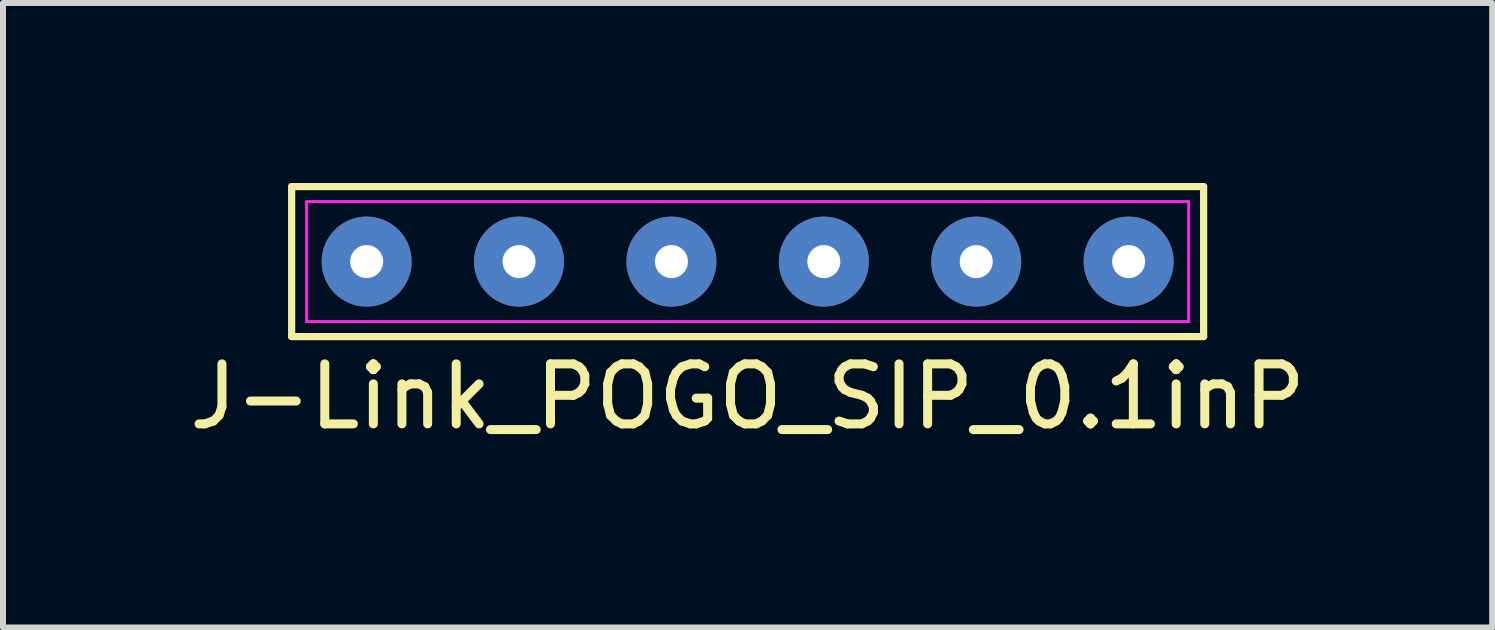
<source format=kicad_pcb>
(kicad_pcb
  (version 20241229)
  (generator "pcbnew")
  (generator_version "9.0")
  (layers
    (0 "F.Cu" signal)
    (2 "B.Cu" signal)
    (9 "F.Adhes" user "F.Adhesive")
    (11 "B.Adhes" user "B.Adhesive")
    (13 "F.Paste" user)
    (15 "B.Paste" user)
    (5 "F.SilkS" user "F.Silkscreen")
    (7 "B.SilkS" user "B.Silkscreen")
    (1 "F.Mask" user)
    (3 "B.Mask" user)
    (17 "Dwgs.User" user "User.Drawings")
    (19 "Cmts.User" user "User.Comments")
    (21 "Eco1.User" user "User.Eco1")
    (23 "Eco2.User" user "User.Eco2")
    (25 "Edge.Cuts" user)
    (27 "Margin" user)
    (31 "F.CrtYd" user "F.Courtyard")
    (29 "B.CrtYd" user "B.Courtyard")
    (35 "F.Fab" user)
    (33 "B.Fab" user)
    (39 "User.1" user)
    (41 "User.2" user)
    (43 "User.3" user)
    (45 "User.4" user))
  (footprint "J-Link_POGO_SIP_0.1inP"
    (layer "F.Cu")
    (at 9.411 1.31)
    (property "Reference" "J-Link_POGO_SIP_0.1inP" (at 0 2.25 0) (layer "F.SilkS") (effects (font (size 1 1) (thickness 0.15))))
    (attr through_hole)
    (fp_line (start -7.6 -1.25) (end 7.6 -1.25) (stroke (width 0.12) (type default)) (layer "F.SilkS"))
    (fp_line (start -7.6 1.25) (end -7.6 -1.25) (stroke (width 0.12) (type default)) (layer "F.SilkS"))
    (fp_line (start 7.6 -1.25) (end 7.6 1.25) (stroke (width 0.12) (type default)) (layer "F.SilkS"))
    (fp_line (start 7.6 1.25) (end -7.6 1.25) (stroke (width 0.12) (type default)) (layer "F.SilkS"))
    (fp_line (start -7.35 -1) (end 7.35 -1) (stroke (width 0.05) (type default)) (layer "F.CrtYd"))
    (fp_line (start -7.35 1) (end -7.35 -1) (stroke (width 0.05) (type default)) (layer "F.CrtYd"))
    (fp_line (start 7.35 -1) (end 7.35 1) (stroke (width 0.05) (type default)) (layer "F.CrtYd"))
    (fp_line (start 7.35 1) (end -7.35 1) (stroke (width 0.05) (type default)) (layer "F.CrtYd"))
    (pad "1" thru_hole circle (at -6.35 0) (size 1.5 1.5) (drill 0.55) (layers "*.Cu" "*.Mask"))
    (pad "2" thru_hole circle (at -3.81 0) (size 1.5 1.5) (drill 0.55) (layers "*.Cu" "*.Mask"))
    (pad "3" thru_hole circle (at -1.27 0) (size 1.5 1.5) (drill 0.55) (layers "*.Cu" "*.Mask"))
    (pad "4" thru_hole circle (at 1.27 0) (size 1.5 1.5) (drill 0.55) (layers "*.Cu" "*.Mask"))
    (pad "5" thru_hole circle (at 3.81 0) (size 1.5 1.5) (drill 0.55) (layers "*.Cu" "*.Mask"))
    (pad "6" thru_hole circle (at 6.35 0) (size 1.5 1.5) (drill 0.55) (layers "*.Cu" "*.Mask")))
  (gr_rect
    (start -3 -3)
    (end 21.821 7.408)
    (stroke (width 0.1) (type default))
    (fill no)
    (layer "Edge.Cuts")))
</source>
